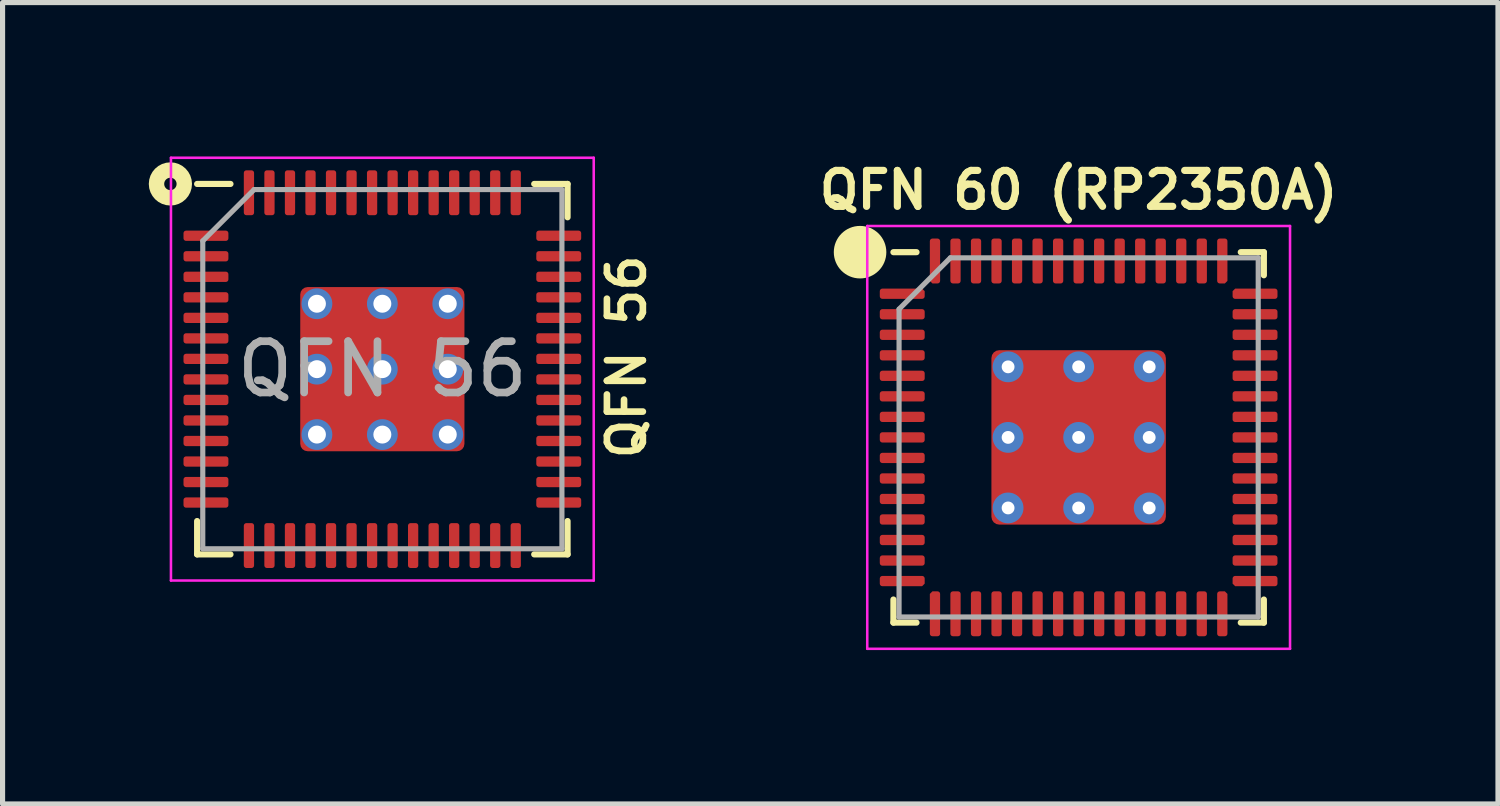
<source format=kicad_pcb>
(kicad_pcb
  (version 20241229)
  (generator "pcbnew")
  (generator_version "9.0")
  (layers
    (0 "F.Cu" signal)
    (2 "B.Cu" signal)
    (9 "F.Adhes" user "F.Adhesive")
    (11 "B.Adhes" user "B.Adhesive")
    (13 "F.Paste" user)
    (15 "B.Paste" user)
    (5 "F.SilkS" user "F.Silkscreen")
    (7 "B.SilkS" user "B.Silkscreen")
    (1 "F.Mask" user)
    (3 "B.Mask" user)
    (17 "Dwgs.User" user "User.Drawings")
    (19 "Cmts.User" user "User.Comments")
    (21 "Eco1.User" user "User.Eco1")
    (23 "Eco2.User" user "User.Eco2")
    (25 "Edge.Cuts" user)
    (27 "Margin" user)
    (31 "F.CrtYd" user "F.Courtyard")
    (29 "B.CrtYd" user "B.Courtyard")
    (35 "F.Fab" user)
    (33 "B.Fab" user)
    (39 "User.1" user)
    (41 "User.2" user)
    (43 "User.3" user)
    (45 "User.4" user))
  (footprint "QFN 60 (RP2350A)"
    (layer "F.Cu")
    (at 17.973 5.475)
    (property "Reference" "QFN 60 (RP2350A)" (at 0 -4.82 0) (layer "F.SilkS") (effects (font (size 0.7 0.7) (thickness 0.14) (bold yes))))
    (attr through_hole)
    (fp_line (start -3.61 3.61) (end -3.61 3.16) (stroke (width 0.12) (type solid)) (layer "F.SilkS"))
    (fp_line (start -3.16 -3.61) (end -3.61 -3.61) (stroke (width 0.12) (type solid)) (layer "F.SilkS"))
    (fp_line (start -3.16 3.61) (end -3.61 3.61) (stroke (width 0.12) (type solid)) (layer "F.SilkS"))
    (fp_line (start 3.16 -3.61) (end 3.61 -3.61) (stroke (width 0.12) (type solid)) (layer "F.SilkS"))
    (fp_line (start 3.16 3.61) (end 3.61 3.61) (stroke (width 0.12) (type solid)) (layer "F.SilkS"))
    (fp_line (start 3.61 -3.61) (end 3.61 -3.16) (stroke (width 0.12) (type solid)) (layer "F.SilkS"))
    (fp_line (start 3.61 3.61) (end 3.61 3.16) (stroke (width 0.12) (type solid)) (layer "F.SilkS"))
    (fp_circle (center -4.26 -3.61) (end -3.798 -3.61) (stroke (width 0.1) (type solid)) (fill yes) (layer "F.SilkS"))
    (fp_line (start -4.12 -4.12) (end -4.12 4.12) (stroke (width 0.05) (type solid)) (layer "F.CrtYd"))
    (fp_line (start -4.12 4.12) (end 4.12 4.12) (stroke (width 0.05) (type solid)) (layer "F.CrtYd"))
    (fp_line (start 4.12 -4.12) (end -4.12 -4.12) (stroke (width 0.05) (type solid)) (layer "F.CrtYd"))
    (fp_line (start 4.12 4.12) (end 4.12 -4.12) (stroke (width 0.05) (type solid)) (layer "F.CrtYd"))
    (fp_line (start -3.5 -2.5) (end -2.5 -3.5) (stroke (width 0.1) (type solid)) (layer "F.Fab"))
    (fp_line (start -3.5 3.5) (end -3.5 -2.5) (stroke (width 0.1) (type solid)) (layer "F.Fab"))
    (fp_line (start -2.5 -3.5) (end 3.5 -3.5) (stroke (width 0.1) (type solid)) (layer "F.Fab"))
    (fp_line (start 3.5 -3.5) (end 3.5 3.5) (stroke (width 0.1) (type solid)) (layer "F.Fab"))
    (fp_line (start 3.5 3.5) (end -3.5 3.5) (stroke (width 0.1) (type solid)) (layer "F.Fab"))
    (pad "" smd roundrect (at -0.7 -0.7) (size 1.2 1.2) (layers "F.Paste") (roundrect_rratio 0.208))
    (pad "" smd roundrect (at -0.7 0.7) (size 1.2 1.2) (layers "F.Paste") (roundrect_rratio 0.208))
    (pad "" smd roundrect (at 0.7 -0.7) (size 1.2 1.2) (layers "F.Paste") (roundrect_rratio 0.208))
    (pad "" smd roundrect (at 0.7 0.7) (size 1.2 1.2) (layers "F.Paste") (roundrect_rratio 0.208))
    (pad "1" smd roundrect (at -3.438 -2.8) (size 0.875 0.2) (layers "F.Cu" "F.Mask" "F.Paste") (roundrect_rratio 0.25) (chamfer_ratio 0.25) (chamfer top_right))
    (pad "2" smd roundrect (at -3.438 -2.4) (size 0.875 0.2) (layers "F.Cu" "F.Mask" "F.Paste") (roundrect_rratio 0.25))
    (pad "3" smd roundrect (at -3.438 -2) (size 0.875 0.2) (layers "F.Cu" "F.Mask" "F.Paste") (roundrect_rratio 0.25))
    (pad "4" smd roundrect (at -3.438 -1.6) (size 0.875 0.2) (layers "F.Cu" "F.Mask" "F.Paste") (roundrect_rratio 0.25))
    (pad "5" smd roundrect (at -3.438 -1.2) (size 0.875 0.2) (layers "F.Cu" "F.Mask" "F.Paste") (roundrect_rratio 0.25))
    (pad "6" smd roundrect (at -3.438 -0.8) (size 0.875 0.2) (layers "F.Cu" "F.Mask" "F.Paste") (roundrect_rratio 0.25))
    (pad "7" smd roundrect (at -3.438 -0.4) (size 0.875 0.2) (layers "F.Cu" "F.Mask" "F.Paste") (roundrect_rratio 0.25))
    (pad "8" smd roundrect (at -3.438 0) (size 0.875 0.2) (layers "F.Cu" "F.Mask" "F.Paste") (roundrect_rratio 0.25))
    (pad "9" smd roundrect (at -3.438 0.4) (size 0.875 0.2) (layers "F.Cu" "F.Mask" "F.Paste") (roundrect_rratio 0.25))
    (pad "10" smd roundrect (at -3.438 0.8) (size 0.875 0.2) (layers "F.Cu" "F.Mask" "F.Paste") (roundrect_rratio 0.25))
    (pad "11" smd roundrect (at -3.438 1.2) (size 0.875 0.2) (layers "F.Cu" "F.Mask" "F.Paste") (roundrect_rratio 0.25))
    (pad "12" smd roundrect (at -3.438 1.6) (size 0.875 0.2) (layers "F.Cu" "F.Mask" "F.Paste") (roundrect_rratio 0.25))
    (pad "13" smd roundrect (at -3.438 2) (size 0.875 0.2) (layers "F.Cu" "F.Mask" "F.Paste") (roundrect_rratio 0.25))
    (pad "14" smd roundrect (at -3.438 2.4) (size 0.875 0.2) (layers "F.Cu" "F.Mask" "F.Paste") (roundrect_rratio 0.25))
    (pad "15" smd roundrect (at -3.438 2.8) (size 0.875 0.2) (layers "F.Cu" "F.Mask" "F.Paste") (roundrect_rratio 0.25) (chamfer_ratio 0.25) (chamfer bottom_right))
    (pad "16" smd roundrect (at -2.8 3.438) (size 0.2 0.875) (layers "F.Cu" "F.Mask" "F.Paste") (roundrect_rratio 0.25) (chamfer_ratio 0.25) (chamfer top_left))
    (pad "17" smd roundrect (at -2.4 3.438) (size 0.2 0.875) (layers "F.Cu" "F.Mask" "F.Paste") (roundrect_rratio 0.25))
    (pad "18" smd roundrect (at -2 3.438) (size 0.2 0.875) (layers "F.Cu" "F.Mask" "F.Paste") (roundrect_rratio 0.25))
    (pad "19" smd roundrect (at -1.6 3.438) (size 0.2 0.875) (layers "F.Cu" "F.Mask" "F.Paste") (roundrect_rratio 0.25))
    (pad "20" smd roundrect (at -1.2 3.438) (size 0.2 0.875) (layers "F.Cu" "F.Mask" "F.Paste") (roundrect_rratio 0.25))
    (pad "21" smd roundrect (at -0.8 3.438) (size 0.2 0.875) (layers "F.Cu" "F.Mask" "F.Paste") (roundrect_rratio 0.25))
    (pad "22" smd roundrect (at -0.4 3.438) (size 0.2 0.875) (layers "F.Cu" "F.Mask" "F.Paste") (roundrect_rratio 0.25))
    (pad "23" smd roundrect (at 0 3.438) (size 0.2 0.875) (layers "F.Cu" "F.Mask" "F.Paste") (roundrect_rratio 0.25))
    (pad "24" smd roundrect (at 0.4 3.438) (size 0.2 0.875) (layers "F.Cu" "F.Mask" "F.Paste") (roundrect_rratio 0.25))
    (pad "25" smd roundrect (at 0.8 3.438) (size 0.2 0.875) (layers "F.Cu" "F.Mask" "F.Paste") (roundrect_rratio 0.25))
    (pad "26" smd roundrect (at 1.2 3.438) (size 0.2 0.875) (layers "F.Cu" "F.Mask" "F.Paste") (roundrect_rratio 0.25))
    (pad "27" smd roundrect (at 1.6 3.438) (size 0.2 0.875) (layers "F.Cu" "F.Mask" "F.Paste") (roundrect_rratio 0.25))
    (pad "28" smd roundrect (at 2 3.438) (size 0.2 0.875) (layers "F.Cu" "F.Mask" "F.Paste") (roundrect_rratio 0.25))
    (pad "29" smd roundrect (at 2.4 3.438) (size 0.2 0.875) (layers "F.Cu" "F.Mask" "F.Paste") (roundrect_rratio 0.25))
    (pad "30" smd roundrect (at 2.8 3.438) (size 0.2 0.875) (layers "F.Cu" "F.Mask" "F.Paste") (roundrect_rratio 0.25) (chamfer_ratio 0.25) (chamfer top_right))
    (pad "31" smd roundrect (at 3.438 2.8) (size 0.875 0.2) (layers "F.Cu" "F.Mask" "F.Paste") (roundrect_rratio 0.25) (chamfer_ratio 0.25) (chamfer bottom_left))
    (pad "32" smd roundrect (at 3.438 2.4) (size 0.875 0.2) (layers "F.Cu" "F.Mask" "F.Paste") (roundrect_rratio 0.25))
    (pad "33" smd roundrect (at 3.438 2) (size 0.875 0.2) (layers "F.Cu" "F.Mask" "F.Paste") (roundrect_rratio 0.25))
    (pad "34" smd roundrect (at 3.438 1.6) (size 0.875 0.2) (layers "F.Cu" "F.Mask" "F.Paste") (roundrect_rratio 0.25))
    (pad "35" smd roundrect (at 3.438 1.2) (size 0.875 0.2) (layers "F.Cu" "F.Mask" "F.Paste") (roundrect_rratio 0.25))
    (pad "36" smd roundrect (at 3.438 0.8) (size 0.875 0.2) (layers "F.Cu" "F.Mask" "F.Paste") (roundrect_rratio 0.25))
    (pad "37" smd roundrect (at 3.438 0.4) (size 0.875 0.2) (layers "F.Cu" "F.Mask" "F.Paste") (roundrect_rratio 0.25))
    (pad "38" smd roundrect (at 3.438 0) (size 0.875 0.2) (layers "F.Cu" "F.Mask" "F.Paste") (roundrect_rratio 0.25))
    (pad "39" smd roundrect (at 3.438 -0.4) (size 0.875 0.2) (layers "F.Cu" "F.Mask" "F.Paste") (roundrect_rratio 0.25))
    (pad "40" smd roundrect (at 3.438 -0.8) (size 0.875 0.2) (layers "F.Cu" "F.Mask" "F.Paste") (roundrect_rratio 0.25))
    (pad "41" smd roundrect (at 3.438 -1.2) (size 0.875 0.2) (layers "F.Cu" "F.Mask" "F.Paste") (roundrect_rratio 0.25))
    (pad "42" smd roundrect (at 3.438 -1.6) (size 0.875 0.2) (layers "F.Cu" "F.Mask" "F.Paste") (roundrect_rratio 0.25))
    (pad "43" smd roundrect (at 3.438 -2) (size 0.875 0.2) (layers "F.Cu" "F.Mask" "F.Paste") (roundrect_rratio 0.25))
    (pad "44" smd roundrect (at 3.438 -2.4) (size 0.875 0.2) (layers "F.Cu" "F.Mask" "F.Paste") (roundrect_rratio 0.25))
    (pad "45" smd roundrect (at 3.438 -2.8) (size 0.875 0.2) (layers "F.Cu" "F.Mask" "F.Paste") (roundrect_rratio 0.25) (chamfer_ratio 0.25) (chamfer top_left))
    (pad "46" smd roundrect (at 2.8 -3.438) (size 0.2 0.875) (layers "F.Cu" "F.Mask" "F.Paste") (roundrect_rratio 0.25) (chamfer_ratio 0.25) (chamfer bottom_right))
    (pad "47" smd roundrect (at 2.4 -3.438) (size 0.2 0.875) (layers "F.Cu" "F.Mask" "F.Paste") (roundrect_rratio 0.25))
    (pad "48" smd roundrect (at 2 -3.438) (size 0.2 0.875) (layers "F.Cu" "F.Mask" "F.Paste") (roundrect_rratio 0.25))
    (pad "49" smd roundrect (at 1.6 -3.438) (size 0.2 0.875) (layers "F.Cu" "F.Mask" "F.Paste") (roundrect_rratio 0.25))
    (pad "50" smd roundrect (at 1.2 -3.438) (size 0.2 0.875) (layers "F.Cu" "F.Mask" "F.Paste") (roundrect_rratio 0.25))
    (pad "51" smd roundrect (at 0.8 -3.438) (size 0.2 0.875) (layers "F.Cu" "F.Mask" "F.Paste") (roundrect_rratio 0.25))
    (pad "52" smd roundrect (at 0.4 -3.438) (size 0.2 0.875) (layers "F.Cu" "F.Mask" "F.Paste") (roundrect_rratio 0.25))
    (pad "53" smd roundrect (at 0 -3.438) (size 0.2 0.875) (layers "F.Cu" "F.Mask" "F.Paste") (roundrect_rratio 0.25))
    (pad "54" smd roundrect (at -0.4 -3.438) (size 0.2 0.875) (layers "F.Cu" "F.Mask" "F.Paste") (roundrect_rratio 0.25))
    (pad "55" smd roundrect (at -0.8 -3.438) (size 0.2 0.875) (layers "F.Cu" "F.Mask" "F.Paste") (roundrect_rratio 0.25))
    (pad "56" smd roundrect (at -1.2 -3.438) (size 0.2 0.875) (layers "F.Cu" "F.Mask" "F.Paste") (roundrect_rratio 0.25))
    (pad "57" smd roundrect (at -1.6 -3.438) (size 0.2 0.875) (layers "F.Cu" "F.Mask" "F.Paste") (roundrect_rratio 0.25))
    (pad "58" smd roundrect (at -2 -3.438) (size 0.2 0.875) (layers "F.Cu" "F.Mask" "F.Paste") (roundrect_rratio 0.25))
    (pad "59" smd roundrect (at -2.4 -3.438) (size 0.2 0.875) (layers "F.Cu" "F.Mask" "F.Paste") (roundrect_rratio 0.25))
    (pad "60" smd roundrect (at -2.8 -3.438) (size 0.2 0.875) (layers "F.Cu" "F.Mask" "F.Paste") (roundrect_rratio 0.25) (chamfer_ratio 0.25) (chamfer bottom_left))
    (pad "61" thru_hole circle (at -1.375 -1.375) (size 0.6 0.6) (drill 0.25) (layers "*.Cu"))
    (pad "61" thru_hole circle (at -1.375 0) (size 0.6 0.6) (drill 0.25) (layers "*.Cu"))
    (pad "61" thru_hole circle (at -1.375 1.375) (size 0.6 0.6) (drill 0.25) (layers "*.Cu"))
    (pad "61" thru_hole circle (at 0 -1.375) (size 0.6 0.6) (drill 0.25) (layers "*.Cu"))
    (pad "61" thru_hole circle (at 0 0) (size 0.6 0.6) (drill 0.25) (layers "*.Cu"))
    (pad "61" smd roundrect (at 0 0 90) (size 3.4 3.4) (layers "F.Cu" "F.Mask") (roundrect_rratio 0.045))
    (pad "61" thru_hole circle (at 0 1.375) (size 0.6 0.6) (drill 0.25) (layers "*.Cu"))
    (pad "61" thru_hole circle (at 1.375 -1.375) (size 0.6 0.6) (drill 0.25) (layers "*.Cu"))
    (pad "61" thru_hole circle (at 1.375 0) (size 0.6 0.6) (drill 0.25) (layers "*.Cu"))
    (pad "61" thru_hole circle (at 1.375 1.375) (size 0.6 0.6) (drill 0.25) (layers "*.Cu")))
  (footprint "QFN 56"
    (layer "F.Cu")
    (at 4.402 4.145)
    (property "Reference" "QFN 56" (at 4.76 -0.24 90) (layer "F.SilkS") (effects (font (size 0.7 0.7) (thickness 0.13) (bold yes))))
    (attr through_hole)
    (fp_line (start -3.61 3.61) (end -3.61 2.96) (stroke (width 0.12) (type solid)) (layer "F.SilkS"))
    (fp_line (start -2.96 -3.61) (end -3.61 -3.61) (stroke (width 0.12) (type solid)) (layer "F.SilkS"))
    (fp_line (start -2.96 3.61) (end -3.61 3.61) (stroke (width 0.12) (type solid)) (layer "F.SilkS"))
    (fp_line (start 2.96 -3.61) (end 3.61 -3.61) (stroke (width 0.12) (type solid)) (layer "F.SilkS"))
    (fp_line (start 2.96 3.61) (end 3.61 3.61) (stroke (width 0.12) (type solid)) (layer "F.SilkS"))
    (fp_line (start 3.61 -3.61) (end 3.61 -2.96) (stroke (width 0.12) (type solid)) (layer "F.SilkS"))
    (fp_line (start 3.61 3.61) (end 3.61 2.96) (stroke (width 0.12) (type solid)) (layer "F.SilkS"))
    (fp_circle (center -4.131 -3.61) (end -4.252 -3.61) (stroke (width 0.3) (type default)) (fill no) (layer "F.SilkS"))
    (fp_line (start -4.12 -4.12) (end -4.12 4.12) (stroke (width 0.05) (type solid)) (layer "F.CrtYd"))
    (fp_line (start -4.12 4.12) (end 4.12 4.12) (stroke (width 0.05) (type solid)) (layer "F.CrtYd"))
    (fp_line (start 4.12 -4.12) (end -4.12 -4.12) (stroke (width 0.05) (type solid)) (layer "F.CrtYd"))
    (fp_line (start 4.12 4.12) (end 4.12 -4.12) (stroke (width 0.05) (type solid)) (layer "F.CrtYd"))
    (fp_line (start -3.5 -2.5) (end -2.5 -3.5) (stroke (width 0.1) (type solid)) (layer "F.Fab"))
    (fp_line (start -3.5 3.5) (end -3.5 -2.5) (stroke (width 0.1) (type solid)) (layer "F.Fab"))
    (fp_line (start -2.5 -3.5) (end 3.5 -3.5) (stroke (width 0.1) (type solid)) (layer "F.Fab"))
    (fp_line (start 3.5 -3.5) (end 3.5 3.5) (stroke (width 0.1) (type solid)) (layer "F.Fab"))
    (fp_line (start 3.5 3.5) (end -3.5 3.5) (stroke (width 0.1) (type solid)) (layer "F.Fab"))
    (fp_text user "${REFERENCE}" (at 0 0 0) (layer "F.Fab") (effects (font (size 1 1) (thickness 0.15))))
    (pad "" smd roundrect (at -0.637 -0.637) (size 1.084 1.084) (layers "F.Paste") (roundrect_rratio 0.231))
    (pad "" smd roundrect (at -0.637 0.637) (size 1.084 1.084) (layers "F.Paste") (roundrect_rratio 0.231))
    (pad "" smd roundrect (at 0.637 -0.637) (size 1.084 1.084) (layers "F.Paste") (roundrect_rratio 0.231))
    (pad "" smd roundrect (at 0.637 0.637) (size 1.084 1.084) (layers "F.Paste") (roundrect_rratio 0.231))
    (pad "1" smd roundrect (at -3.438 -2.6) (size 0.875 0.2) (layers "F.Cu" "F.Mask" "F.Paste") (roundrect_rratio 0.25))
    (pad "2" smd roundrect (at -3.438 -2.2) (size 0.875 0.2) (layers "F.Cu" "F.Mask" "F.Paste") (roundrect_rratio 0.25))
    (pad "3" smd roundrect (at -3.438 -1.8) (size 0.875 0.2) (layers "F.Cu" "F.Mask" "F.Paste") (roundrect_rratio 0.25))
    (pad "4" smd roundrect (at -3.438 -1.4) (size 0.875 0.2) (layers "F.Cu" "F.Mask" "F.Paste") (roundrect_rratio 0.25))
    (pad "5" smd roundrect (at -3.438 -1) (size 0.875 0.2) (layers "F.Cu" "F.Mask" "F.Paste") (roundrect_rratio 0.25))
    (pad "6" smd roundrect (at -3.438 -0.6) (size 0.875 0.2) (layers "F.Cu" "F.Mask" "F.Paste") (roundrect_rratio 0.25))
    (pad "7" smd roundrect (at -3.438 -0.2) (size 0.875 0.2) (layers "F.Cu" "F.Mask" "F.Paste") (roundrect_rratio 0.25))
    (pad "8" smd roundrect (at -3.438 0.2) (size 0.875 0.2) (layers "F.Cu" "F.Mask" "F.Paste") (roundrect_rratio 0.25))
    (pad "9" smd roundrect (at -3.438 0.6) (size 0.875 0.2) (layers "F.Cu" "F.Mask" "F.Paste") (roundrect_rratio 0.25))
    (pad "10" smd roundrect (at -3.438 1) (size 0.875 0.2) (layers "F.Cu" "F.Mask" "F.Paste") (roundrect_rratio 0.25))
    (pad "11" smd roundrect (at -3.438 1.4) (size 0.875 0.2) (layers "F.Cu" "F.Mask" "F.Paste") (roundrect_rratio 0.25))
    (pad "12" smd roundrect (at -3.438 1.8) (size 0.875 0.2) (layers "F.Cu" "F.Mask" "F.Paste") (roundrect_rratio 0.25))
    (pad "13" smd roundrect (at -3.438 2.2) (size 0.875 0.2) (layers "F.Cu" "F.Mask" "F.Paste") (roundrect_rratio 0.25))
    (pad "14" smd roundrect (at -3.438 2.6) (size 0.875 0.2) (layers "F.Cu" "F.Mask" "F.Paste") (roundrect_rratio 0.25))
    (pad "15" smd roundrect (at -2.6 3.438) (size 0.2 0.875) (layers "F.Cu" "F.Mask" "F.Paste") (roundrect_rratio 0.25))
    (pad "16" smd roundrect (at -2.2 3.438) (size 0.2 0.875) (layers "F.Cu" "F.Mask" "F.Paste") (roundrect_rratio 0.25))
    (pad "17" smd roundrect (at -1.8 3.438) (size 0.2 0.875) (layers "F.Cu" "F.Mask" "F.Paste") (roundrect_rratio 0.25))
    (pad "18" smd roundrect (at -1.4 3.438) (size 0.2 0.875) (layers "F.Cu" "F.Mask" "F.Paste") (roundrect_rratio 0.25))
    (pad "19" smd roundrect (at -1 3.438) (size 0.2 0.875) (layers "F.Cu" "F.Mask" "F.Paste") (roundrect_rratio 0.25))
    (pad "20" smd roundrect (at -0.6 3.438) (size 0.2 0.875) (layers "F.Cu" "F.Mask" "F.Paste") (roundrect_rratio 0.25))
    (pad "21" smd roundrect (at -0.2 3.438) (size 0.2 0.875) (layers "F.Cu" "F.Mask" "F.Paste") (roundrect_rratio 0.25))
    (pad "22" smd roundrect (at 0.2 3.438) (size 0.2 0.875) (layers "F.Cu" "F.Mask" "F.Paste") (roundrect_rratio 0.25))
    (pad "23" smd roundrect (at 0.6 3.438) (size 0.2 0.875) (layers "F.Cu" "F.Mask" "F.Paste") (roundrect_rratio 0.25))
    (pad "24" smd roundrect (at 1 3.438) (size 0.2 0.875) (layers "F.Cu" "F.Mask" "F.Paste") (roundrect_rratio 0.25))
    (pad "25" smd roundrect (at 1.4 3.438) (size 0.2 0.875) (layers "F.Cu" "F.Mask" "F.Paste") (roundrect_rratio 0.25))
    (pad "26" smd roundrect (at 1.8 3.438) (size 0.2 0.875) (layers "F.Cu" "F.Mask" "F.Paste") (roundrect_rratio 0.25))
    (pad "27" smd roundrect (at 2.2 3.438) (size 0.2 0.875) (layers "F.Cu" "F.Mask" "F.Paste") (roundrect_rratio 0.25))
    (pad "28" smd roundrect (at 2.6 3.438) (size 0.2 0.875) (layers "F.Cu" "F.Mask" "F.Paste") (roundrect_rratio 0.25))
    (pad "29" smd roundrect (at 3.438 2.6) (size 0.875 0.2) (layers "F.Cu" "F.Mask" "F.Paste") (roundrect_rratio 0.25))
    (pad "30" smd roundrect (at 3.438 2.2) (size 0.875 0.2) (layers "F.Cu" "F.Mask" "F.Paste") (roundrect_rratio 0.25))
    (pad "31" smd roundrect (at 3.438 1.8) (size 0.875 0.2) (layers "F.Cu" "F.Mask" "F.Paste") (roundrect_rratio 0.25))
    (pad "32" smd roundrect (at 3.438 1.4) (size 0.875 0.2) (layers "F.Cu" "F.Mask" "F.Paste") (roundrect_rratio 0.25))
    (pad "33" smd roundrect (at 3.438 1) (size 0.875 0.2) (layers "F.Cu" "F.Mask" "F.Paste") (roundrect_rratio 0.25))
    (pad "34" smd roundrect (at 3.438 0.6) (size 0.875 0.2) (layers "F.Cu" "F.Mask" "F.Paste") (roundrect_rratio 0.25))
    (pad "35" smd roundrect (at 3.438 0.2) (size 0.875 0.2) (layers "F.Cu" "F.Mask" "F.Paste") (roundrect_rratio 0.25))
    (pad "36" smd roundrect (at 3.438 -0.2) (size 0.875 0.2) (layers "F.Cu" "F.Mask" "F.Paste") (roundrect_rratio 0.25))
    (pad "37" smd roundrect (at 3.438 -0.6) (size 0.875 0.2) (layers "F.Cu" "F.Mask" "F.Paste") (roundrect_rratio 0.25))
    (pad "38" smd roundrect (at 3.438 -1) (size 0.875 0.2) (layers "F.Cu" "F.Mask" "F.Paste") (roundrect_rratio 0.25))
    (pad "39" smd roundrect (at 3.438 -1.4) (size 0.875 0.2) (layers "F.Cu" "F.Mask" "F.Paste") (roundrect_rratio 0.25))
    (pad "40" smd roundrect (at 3.438 -1.8) (size 0.875 0.2) (layers "F.Cu" "F.Mask" "F.Paste") (roundrect_rratio 0.25))
    (pad "41" smd roundrect (at 3.438 -2.2) (size 0.875 0.2) (layers "F.Cu" "F.Mask" "F.Paste") (roundrect_rratio 0.25))
    (pad "42" smd roundrect (at 3.438 -2.6) (size 0.875 0.2) (layers "F.Cu" "F.Mask" "F.Paste") (roundrect_rratio 0.25))
    (pad "43" smd roundrect (at 2.6 -3.438) (size 0.2 0.875) (layers "F.Cu" "F.Mask" "F.Paste") (roundrect_rratio 0.25))
    (pad "44" smd roundrect (at 2.2 -3.438) (size 0.2 0.875) (layers "F.Cu" "F.Mask" "F.Paste") (roundrect_rratio 0.25))
    (pad "45" smd roundrect (at 1.8 -3.438) (size 0.2 0.875) (layers "F.Cu" "F.Mask" "F.Paste") (roundrect_rratio 0.25))
    (pad "46" smd roundrect (at 1.4 -3.438) (size 0.2 0.875) (layers "F.Cu" "F.Mask" "F.Paste") (roundrect_rratio 0.25))
    (pad "47" smd roundrect (at 1 -3.438) (size 0.2 0.875) (layers "F.Cu" "F.Mask" "F.Paste") (roundrect_rratio 0.25))
    (pad "48" smd roundrect (at 0.6 -3.438) (size 0.2 0.875) (layers "F.Cu" "F.Mask" "F.Paste") (roundrect_rratio 0.25))
    (pad "49" smd roundrect (at 0.2 -3.438) (size 0.2 0.875) (layers "F.Cu" "F.Mask" "F.Paste") (roundrect_rratio 0.25))
    (pad "50" smd roundrect (at -0.2 -3.438) (size 0.2 0.875) (layers "F.Cu" "F.Mask" "F.Paste") (roundrect_rratio 0.25))
    (pad "51" smd roundrect (at -0.6 -3.438) (size 0.2 0.875) (layers "F.Cu" "F.Mask" "F.Paste") (roundrect_rratio 0.25))
    (pad "52" smd roundrect (at -1 -3.438) (size 0.2 0.875) (layers "F.Cu" "F.Mask" "F.Paste") (roundrect_rratio 0.25))
    (pad "53" smd roundrect (at -1.4 -3.438) (size 0.2 0.875) (layers "F.Cu" "F.Mask" "F.Paste") (roundrect_rratio 0.25))
    (pad "54" smd roundrect (at -1.8 -3.438) (size 0.2 0.875) (layers "F.Cu" "F.Mask" "F.Paste") (roundrect_rratio 0.25))
    (pad "55" smd roundrect (at -2.2 -3.438) (size 0.2 0.875) (layers "F.Cu" "F.Mask" "F.Paste") (roundrect_rratio 0.25))
    (pad "56" smd roundrect (at -2.6 -3.438) (size 0.2 0.875) (layers "F.Cu" "F.Mask" "F.Paste") (roundrect_rratio 0.25))
    (pad "57" thru_hole circle (at -1.275 -1.275) (size 0.6 0.6) (drill 0.35) (layers "*.Cu"))
    (pad "57" thru_hole circle (at -1.275 0) (size 0.6 0.6) (drill 0.35) (layers "*.Cu"))
    (pad "57" thru_hole circle (at -1.275 1.275) (size 0.6 0.6) (drill 0.35) (layers "*.Cu"))
    (pad "57" thru_hole circle (at 0 -1.275) (size 0.6 0.6) (drill 0.35) (layers "*.Cu"))
    (pad "57" thru_hole circle (at 0 0) (size 0.6 0.6) (drill 0.35) (layers "*.Cu"))
    (pad "57" smd roundrect (at 0 0) (size 3.2 3.2) (layers "F.Cu" "F.Mask") (roundrect_rratio 0.045))
    (pad "57" thru_hole circle (at 0 1.275) (size 0.6 0.6) (drill 0.35) (layers "*.Cu"))
    (pad "57" thru_hole circle (at 1.275 -1.275) (size 0.6 0.6) (drill 0.35) (layers "*.Cu"))
    (pad "57" thru_hole circle (at 1.275 0) (size 0.6 0.6) (drill 0.35) (layers "*.Cu"))
    (pad "57" thru_hole circle (at 1.275 1.275) (size 0.6 0.6) (drill 0.35) (layers "*.Cu")))
  (gr_rect
    (start -3 -3)
    (end 26.146 12.62)
    (stroke (width 0.1) (type default))
    (fill no)
    (layer "Edge.Cuts")))
</source>
